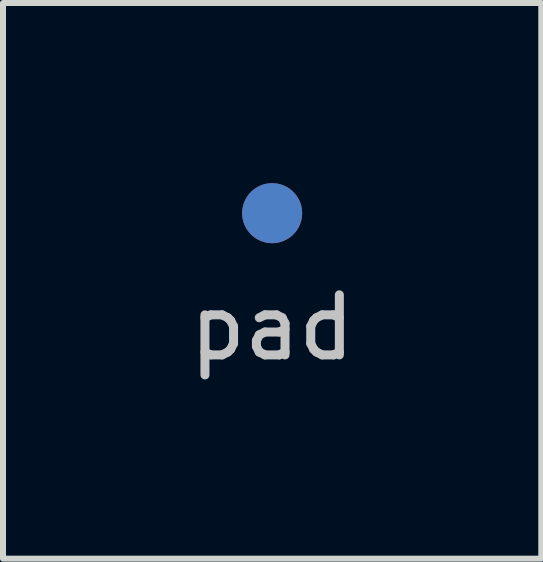
<source format=kicad_pcb>
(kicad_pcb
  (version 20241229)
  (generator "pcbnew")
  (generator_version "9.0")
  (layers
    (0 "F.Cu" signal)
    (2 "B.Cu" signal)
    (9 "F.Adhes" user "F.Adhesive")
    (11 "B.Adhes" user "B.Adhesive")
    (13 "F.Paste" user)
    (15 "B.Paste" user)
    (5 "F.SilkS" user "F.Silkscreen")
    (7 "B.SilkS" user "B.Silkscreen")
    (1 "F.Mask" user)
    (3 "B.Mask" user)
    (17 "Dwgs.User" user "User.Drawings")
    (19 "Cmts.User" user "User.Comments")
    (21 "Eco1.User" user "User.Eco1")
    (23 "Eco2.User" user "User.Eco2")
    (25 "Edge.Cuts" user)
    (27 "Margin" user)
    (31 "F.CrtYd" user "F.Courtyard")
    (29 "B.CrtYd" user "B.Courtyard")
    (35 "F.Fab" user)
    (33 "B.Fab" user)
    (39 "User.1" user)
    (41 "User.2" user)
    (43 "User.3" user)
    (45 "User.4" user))
  (footprint "pad"
    (layer "F.Cu")
    (at 1.482 0.5)
    (property "Reference" "pad" (at 0 1.905 0) (layer "Dwgs.User") (effects (font (size 1 1) (thickness 0.15))))
    (attr through_hole)
    (pad "1" smd circle (at 0 0) (size 1 1) (layers "F.Cu"))
    (pad "2" smd circle (at 0 0) (size 1 1) (layers "B.Cu")))
  (gr_rect
    (start -3 -3)
    (end 5.964 6.253)
    (stroke (width 0.1) (type default))
    (fill no)
    (layer "Edge.Cuts")))
</source>
